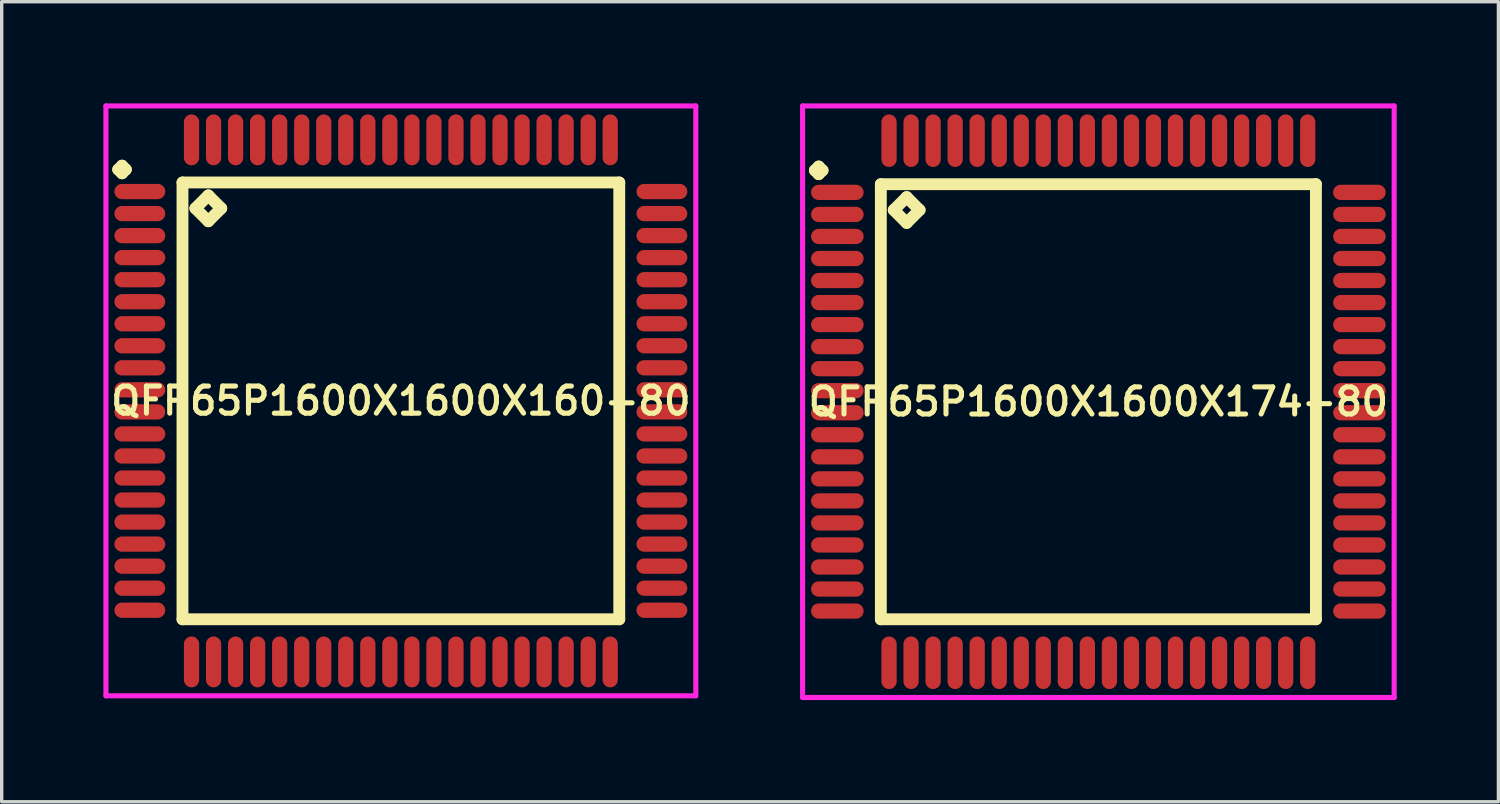
<source format=kicad_pcb>
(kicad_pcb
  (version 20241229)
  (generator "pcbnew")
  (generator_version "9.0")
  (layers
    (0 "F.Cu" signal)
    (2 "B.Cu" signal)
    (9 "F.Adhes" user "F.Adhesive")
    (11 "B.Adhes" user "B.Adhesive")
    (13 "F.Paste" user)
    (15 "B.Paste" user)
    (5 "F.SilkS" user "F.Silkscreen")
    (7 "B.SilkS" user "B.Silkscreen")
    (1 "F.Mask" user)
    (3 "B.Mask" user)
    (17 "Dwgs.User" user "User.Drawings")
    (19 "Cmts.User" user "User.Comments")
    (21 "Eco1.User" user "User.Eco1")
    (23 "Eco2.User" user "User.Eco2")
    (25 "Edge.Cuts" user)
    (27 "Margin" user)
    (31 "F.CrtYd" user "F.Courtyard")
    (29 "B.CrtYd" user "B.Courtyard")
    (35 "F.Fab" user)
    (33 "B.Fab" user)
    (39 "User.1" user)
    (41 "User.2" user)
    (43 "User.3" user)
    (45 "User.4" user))
  (footprint "QFP65P1600X1600X160-80"
    (layer "F.Cu")
    (at 8.775 8.775)
    (property "Reference" "QFP65P1600X1600X160-80" (at 0 0 0) (layer "F.SilkS") (effects (font (size 0.8 0.8) (thickness 0.15))))
    (attr smd)
    (fp_line (start -8.338 -6.825) (end -8.225 -6.938) (stroke (width 0.35) (type solid)) (layer "F.SilkS"))
    (fp_line (start -8.225 -6.938) (end -8.113 -6.825) (stroke (width 0.35) (type solid)) (layer "F.SilkS"))
    (fp_line (start -8.225 -6.713) (end -8.338 -6.825) (stroke (width 0.35) (type solid)) (layer "F.SilkS"))
    (fp_line (start -8.113 -6.825) (end -8.225 -6.713) (stroke (width 0.35) (type solid)) (layer "F.SilkS"))
    (fp_line (start -6.442 -6.442) (end -6.442 6.442) (stroke (width 0.35) (type solid)) (layer "F.SilkS"))
    (fp_line (start -6.442 6.442) (end 6.442 6.442) (stroke (width 0.35) (type solid)) (layer "F.SilkS"))
    (fp_line (start -6.061 -5.68) (end -5.68 -6.061) (stroke (width 0.35) (type solid)) (layer "F.SilkS"))
    (fp_line (start -5.68 -6.061) (end -5.299 -5.68) (stroke (width 0.35) (type solid)) (layer "F.SilkS"))
    (fp_line (start -5.68 -5.299) (end -6.061 -5.68) (stroke (width 0.35) (type solid)) (layer "F.SilkS"))
    (fp_line (start -5.299 -5.68) (end -5.68 -5.299) (stroke (width 0.35) (type solid)) (layer "F.SilkS"))
    (fp_line (start 6.442 -6.442) (end -6.442 -6.442) (stroke (width 0.35) (type solid)) (layer "F.SilkS"))
    (fp_line (start 6.442 6.442) (end 6.442 -6.442) (stroke (width 0.35) (type solid)) (layer "F.SilkS"))
    (fp_line (start -8.7 -8.7) (end 8.7 -8.7) (stroke (width 0.15) (type solid)) (layer "F.CrtYd"))
    (fp_line (start -8.7 8.7) (end -8.7 -8.7) (stroke (width 0.15) (type solid)) (layer "F.CrtYd"))
    (fp_line (start 8.7 -8.7) (end 8.7 8.7) (stroke (width 0.15) (type solid)) (layer "F.CrtYd"))
    (fp_line (start 8.7 8.7) (end -8.7 8.7) (stroke (width 0.15) (type solid)) (layer "F.CrtYd"))
    (pad "1" smd oval (at -7.7 -6.175) (size 1.5 0.45) (layers "F.Cu" "F.Mask" "F.Paste"))
    (pad "2" smd oval (at -7.7 -5.525) (size 1.5 0.45) (layers "F.Cu" "F.Mask" "F.Paste"))
    (pad "3" smd oval (at -7.7 -4.875) (size 1.5 0.45) (layers "F.Cu" "F.Mask" "F.Paste"))
    (pad "4" smd oval (at -7.7 -4.225) (size 1.5 0.45) (layers "F.Cu" "F.Mask" "F.Paste"))
    (pad "5" smd oval (at -7.7 -3.575) (size 1.5 0.45) (layers "F.Cu" "F.Mask" "F.Paste"))
    (pad "6" smd oval (at -7.7 -2.925) (size 1.5 0.45) (layers "F.Cu" "F.Mask" "F.Paste"))
    (pad "7" smd oval (at -7.7 -2.275) (size 1.5 0.45) (layers "F.Cu" "F.Mask" "F.Paste"))
    (pad "8" smd oval (at -7.7 -1.625) (size 1.5 0.45) (layers "F.Cu" "F.Mask" "F.Paste"))
    (pad "9" smd oval (at -7.7 -0.975) (size 1.5 0.45) (layers "F.Cu" "F.Mask" "F.Paste"))
    (pad "10" smd oval (at -7.7 -0.325) (size 1.5 0.45) (layers "F.Cu" "F.Mask" "F.Paste"))
    (pad "11" smd oval (at -7.7 0.325) (size 1.5 0.45) (layers "F.Cu" "F.Mask" "F.Paste"))
    (pad "12" smd oval (at -7.7 0.975) (size 1.5 0.45) (layers "F.Cu" "F.Mask" "F.Paste"))
    (pad "13" smd oval (at -7.7 1.625) (size 1.5 0.45) (layers "F.Cu" "F.Mask" "F.Paste"))
    (pad "14" smd oval (at -7.7 2.275) (size 1.5 0.45) (layers "F.Cu" "F.Mask" "F.Paste"))
    (pad "15" smd oval (at -7.7 2.925) (size 1.5 0.45) (layers "F.Cu" "F.Mask" "F.Paste"))
    (pad "16" smd oval (at -7.7 3.575) (size 1.5 0.45) (layers "F.Cu" "F.Mask" "F.Paste"))
    (pad "17" smd oval (at -7.7 4.225) (size 1.5 0.45) (layers "F.Cu" "F.Mask" "F.Paste"))
    (pad "18" smd oval (at -7.7 4.875) (size 1.5 0.45) (layers "F.Cu" "F.Mask" "F.Paste"))
    (pad "19" smd oval (at -7.7 5.525) (size 1.5 0.45) (layers "F.Cu" "F.Mask" "F.Paste"))
    (pad "20" smd oval (at -7.7 6.175) (size 1.5 0.45) (layers "F.Cu" "F.Mask" "F.Paste"))
    (pad "21" smd oval (at -6.175 7.7) (size 0.45 1.5) (layers "F.Cu" "F.Mask" "F.Paste"))
    (pad "22" smd oval (at -5.525 7.7) (size 0.45 1.5) (layers "F.Cu" "F.Mask" "F.Paste"))
    (pad "23" smd oval (at -4.875 7.7) (size 0.45 1.5) (layers "F.Cu" "F.Mask" "F.Paste"))
    (pad "24" smd oval (at -4.225 7.7) (size 0.45 1.5) (layers "F.Cu" "F.Mask" "F.Paste"))
    (pad "25" smd oval (at -3.575 7.7) (size 0.45 1.5) (layers "F.Cu" "F.Mask" "F.Paste"))
    (pad "26" smd oval (at -2.925 7.7) (size 0.45 1.5) (layers "F.Cu" "F.Mask" "F.Paste"))
    (pad "27" smd oval (at -2.275 7.7) (size 0.45 1.5) (layers "F.Cu" "F.Mask" "F.Paste"))
    (pad "28" smd oval (at -1.625 7.7) (size 0.45 1.5) (layers "F.Cu" "F.Mask" "F.Paste"))
    (pad "29" smd oval (at -0.975 7.7) (size 0.45 1.5) (layers "F.Cu" "F.Mask" "F.Paste"))
    (pad "30" smd oval (at -0.325 7.7) (size 0.45 1.5) (layers "F.Cu" "F.Mask" "F.Paste"))
    (pad "31" smd oval (at 0.325 7.7) (size 0.45 1.5) (layers "F.Cu" "F.Mask" "F.Paste"))
    (pad "32" smd oval (at 0.975 7.7) (size 0.45 1.5) (layers "F.Cu" "F.Mask" "F.Paste"))
    (pad "33" smd oval (at 1.625 7.7) (size 0.45 1.5) (layers "F.Cu" "F.Mask" "F.Paste"))
    (pad "34" smd oval (at 2.275 7.7) (size 0.45 1.5) (layers "F.Cu" "F.Mask" "F.Paste"))
    (pad "35" smd oval (at 2.925 7.7) (size 0.45 1.5) (layers "F.Cu" "F.Mask" "F.Paste"))
    (pad "36" smd oval (at 3.575 7.7) (size 0.45 1.5) (layers "F.Cu" "F.Mask" "F.Paste"))
    (pad "37" smd oval (at 4.225 7.7) (size 0.45 1.5) (layers "F.Cu" "F.Mask" "F.Paste"))
    (pad "38" smd oval (at 4.875 7.7) (size 0.45 1.5) (layers "F.Cu" "F.Mask" "F.Paste"))
    (pad "39" smd oval (at 5.525 7.7) (size 0.45 1.5) (layers "F.Cu" "F.Mask" "F.Paste"))
    (pad "40" smd oval (at 6.175 7.7) (size 0.45 1.5) (layers "F.Cu" "F.Mask" "F.Paste"))
    (pad "41" smd oval (at 7.7 6.175) (size 1.5 0.45) (layers "F.Cu" "F.Mask" "F.Paste"))
    (pad "42" smd oval (at 7.7 5.525) (size 1.5 0.45) (layers "F.Cu" "F.Mask" "F.Paste"))
    (pad "43" smd oval (at 7.7 4.875) (size 1.5 0.45) (layers "F.Cu" "F.Mask" "F.Paste"))
    (pad "44" smd oval (at 7.7 4.225) (size 1.5 0.45) (layers "F.Cu" "F.Mask" "F.Paste"))
    (pad "45" smd oval (at 7.7 3.575) (size 1.5 0.45) (layers "F.Cu" "F.Mask" "F.Paste"))
    (pad "46" smd oval (at 7.7 2.925) (size 1.5 0.45) (layers "F.Cu" "F.Mask" "F.Paste"))
    (pad "47" smd oval (at 7.7 2.275) (size 1.5 0.45) (layers "F.Cu" "F.Mask" "F.Paste"))
    (pad "48" smd oval (at 7.7 1.625) (size 1.5 0.45) (layers "F.Cu" "F.Mask" "F.Paste"))
    (pad "49" smd oval (at 7.7 0.975) (size 1.5 0.45) (layers "F.Cu" "F.Mask" "F.Paste"))
    (pad "50" smd oval (at 7.7 0.325) (size 1.5 0.45) (layers "F.Cu" "F.Mask" "F.Paste"))
    (pad "51" smd oval (at 7.7 -0.325) (size 1.5 0.45) (layers "F.Cu" "F.Mask" "F.Paste"))
    (pad "52" smd oval (at 7.7 -0.975) (size 1.5 0.45) (layers "F.Cu" "F.Mask" "F.Paste"))
    (pad "53" smd oval (at 7.7 -1.625) (size 1.5 0.45) (layers "F.Cu" "F.Mask" "F.Paste"))
    (pad "54" smd oval (at 7.7 -2.275) (size 1.5 0.45) (layers "F.Cu" "F.Mask" "F.Paste"))
    (pad "55" smd oval (at 7.7 -2.925) (size 1.5 0.45) (layers "F.Cu" "F.Mask" "F.Paste"))
    (pad "56" smd oval (at 7.7 -3.575) (size 1.5 0.45) (layers "F.Cu" "F.Mask" "F.Paste"))
    (pad "57" smd oval (at 7.7 -4.225) (size 1.5 0.45) (layers "F.Cu" "F.Mask" "F.Paste"))
    (pad "58" smd oval (at 7.7 -4.875) (size 1.5 0.45) (layers "F.Cu" "F.Mask" "F.Paste"))
    (pad "59" smd oval (at 7.7 -5.525) (size 1.5 0.45) (layers "F.Cu" "F.Mask" "F.Paste"))
    (pad "60" smd oval (at 7.7 -6.175) (size 1.5 0.45) (layers "F.Cu" "F.Mask" "F.Paste"))
    (pad "61" smd oval (at 6.175 -7.7) (size 0.45 1.5) (layers "F.Cu" "F.Mask" "F.Paste"))
    (pad "62" smd oval (at 5.525 -7.7) (size 0.45 1.5) (layers "F.Cu" "F.Mask" "F.Paste"))
    (pad "63" smd oval (at 4.875 -7.7) (size 0.45 1.5) (layers "F.Cu" "F.Mask" "F.Paste"))
    (pad "64" smd oval (at 4.225 -7.7) (size 0.45 1.5) (layers "F.Cu" "F.Mask" "F.Paste"))
    (pad "65" smd oval (at 3.575 -7.7) (size 0.45 1.5) (layers "F.Cu" "F.Mask" "F.Paste"))
    (pad "66" smd oval (at 2.925 -7.7) (size 0.45 1.5) (layers "F.Cu" "F.Mask" "F.Paste"))
    (pad "67" smd oval (at 2.275 -7.7) (size 0.45 1.5) (layers "F.Cu" "F.Mask" "F.Paste"))
    (pad "68" smd oval (at 1.625 -7.7) (size 0.45 1.5) (layers "F.Cu" "F.Mask" "F.Paste"))
    (pad "69" smd oval (at 0.975 -7.7) (size 0.45 1.5) (layers "F.Cu" "F.Mask" "F.Paste"))
    (pad "70" smd oval (at 0.325 -7.7) (size 0.45 1.5) (layers "F.Cu" "F.Mask" "F.Paste"))
    (pad "71" smd oval (at -0.325 -7.7) (size 0.45 1.5) (layers "F.Cu" "F.Mask" "F.Paste"))
    (pad "72" smd oval (at -0.975 -7.7) (size 0.45 1.5) (layers "F.Cu" "F.Mask" "F.Paste"))
    (pad "73" smd oval (at -1.625 -7.7) (size 0.45 1.5) (layers "F.Cu" "F.Mask" "F.Paste"))
    (pad "74" smd oval (at -2.275 -7.7) (size 0.45 1.5) (layers "F.Cu" "F.Mask" "F.Paste"))
    (pad "75" smd oval (at -2.925 -7.7) (size 0.45 1.5) (layers "F.Cu" "F.Mask" "F.Paste"))
    (pad "76" smd oval (at -3.575 -7.7) (size 0.45 1.5) (layers "F.Cu" "F.Mask" "F.Paste"))
    (pad "77" smd oval (at -4.225 -7.7) (size 0.45 1.5) (layers "F.Cu" "F.Mask" "F.Paste"))
    (pad "78" smd oval (at -4.875 -7.7) (size 0.45 1.5) (layers "F.Cu" "F.Mask" "F.Paste"))
    (pad "79" smd oval (at -5.525 -7.7) (size 0.45 1.5) (layers "F.Cu" "F.Mask" "F.Paste"))
    (pad "80" smd oval (at -6.175 -7.7) (size 0.45 1.5) (layers "F.Cu" "F.Mask" "F.Paste")))
  (footprint "QFP65P1600X1600X174-80"
    (layer "F.Cu")
    (at 29.35 8.8)
    (property "Reference" "QFP65P1600X1600X174-80" (at 0 0 0) (layer "F.SilkS") (effects (font (size 0.8 0.8) (thickness 0.15))))
    (attr through_hole)
    (fp_line (start -8.363 -6.825) (end -8.25 -6.938) (stroke (width 0.35) (type solid)) (layer "F.SilkS"))
    (fp_line (start -8.25 -6.938) (end -8.137 -6.825) (stroke (width 0.35) (type solid)) (layer "F.SilkS"))
    (fp_line (start -8.25 -6.713) (end -8.363 -6.825) (stroke (width 0.35) (type solid)) (layer "F.SilkS"))
    (fp_line (start -8.137 -6.825) (end -8.25 -6.713) (stroke (width 0.35) (type solid)) (layer "F.SilkS"))
    (fp_line (start -6.417 -6.417) (end -6.417 6.417) (stroke (width 0.35) (type solid)) (layer "F.SilkS"))
    (fp_line (start -6.417 6.417) (end 6.417 6.417) (stroke (width 0.35) (type solid)) (layer "F.SilkS"))
    (fp_line (start -6.036 -5.655) (end -5.655 -6.036) (stroke (width 0.35) (type solid)) (layer "F.SilkS"))
    (fp_line (start -5.655 -6.036) (end -5.274 -5.655) (stroke (width 0.35) (type solid)) (layer "F.SilkS"))
    (fp_line (start -5.655 -5.274) (end -6.036 -5.655) (stroke (width 0.35) (type solid)) (layer "F.SilkS"))
    (fp_line (start -5.274 -5.655) (end -5.655 -5.274) (stroke (width 0.35) (type solid)) (layer "F.SilkS"))
    (fp_line (start 6.417 -6.417) (end -6.417 -6.417) (stroke (width 0.35) (type solid)) (layer "F.SilkS"))
    (fp_line (start 6.417 6.417) (end 6.417 -6.417) (stroke (width 0.35) (type solid)) (layer "F.SilkS"))
    (fp_line (start -8.725 -8.725) (end 8.725 -8.725) (stroke (width 0.15) (type solid)) (layer "F.CrtYd"))
    (fp_line (start -8.725 8.725) (end -8.725 -8.725) (stroke (width 0.15) (type solid)) (layer "F.CrtYd"))
    (fp_line (start 8.725 -8.725) (end 8.725 8.725) (stroke (width 0.15) (type solid)) (layer "F.CrtYd"))
    (fp_line (start 8.725 8.725) (end -8.725 8.725) (stroke (width 0.15) (type solid)) (layer "F.CrtYd"))
    (pad "1" smd oval (at -7.7 -6.175) (size 1.55 0.45) (layers "F.Cu" "F.Mask" "F.Paste"))
    (pad "2" smd oval (at -7.7 -5.525) (size 1.55 0.45) (layers "F.Cu" "F.Mask" "F.Paste"))
    (pad "3" smd oval (at -7.7 -4.875) (size 1.55 0.45) (layers "F.Cu" "F.Mask" "F.Paste"))
    (pad "4" smd oval (at -7.7 -4.225) (size 1.55 0.45) (layers "F.Cu" "F.Mask" "F.Paste"))
    (pad "5" smd oval (at -7.7 -3.575) (size 1.55 0.45) (layers "F.Cu" "F.Mask" "F.Paste"))
    (pad "6" smd oval (at -7.7 -2.925) (size 1.55 0.45) (layers "F.Cu" "F.Mask" "F.Paste"))
    (pad "7" smd oval (at -7.7 -2.275) (size 1.55 0.45) (layers "F.Cu" "F.Mask" "F.Paste"))
    (pad "8" smd oval (at -7.7 -1.625) (size 1.55 0.45) (layers "F.Cu" "F.Mask" "F.Paste"))
    (pad "9" smd oval (at -7.7 -0.975) (size 1.55 0.45) (layers "F.Cu" "F.Mask" "F.Paste"))
    (pad "10" smd oval (at -7.7 -0.325) (size 1.55 0.45) (layers "F.Cu" "F.Mask" "F.Paste"))
    (pad "11" smd oval (at -7.7 0.325) (size 1.55 0.45) (layers "F.Cu" "F.Mask" "F.Paste"))
    (pad "12" smd oval (at -7.7 0.975) (size 1.55 0.45) (layers "F.Cu" "F.Mask" "F.Paste"))
    (pad "13" smd oval (at -7.7 1.625) (size 1.55 0.45) (layers "F.Cu" "F.Mask" "F.Paste"))
    (pad "14" smd oval (at -7.7 2.275) (size 1.55 0.45) (layers "F.Cu" "F.Mask" "F.Paste"))
    (pad "15" smd oval (at -7.7 2.925) (size 1.55 0.45) (layers "F.Cu" "F.Mask" "F.Paste"))
    (pad "16" smd oval (at -7.7 3.575) (size 1.55 0.45) (layers "F.Cu" "F.Mask" "F.Paste"))
    (pad "17" smd oval (at -7.7 4.225) (size 1.55 0.45) (layers "F.Cu" "F.Mask" "F.Paste"))
    (pad "18" smd oval (at -7.7 4.875) (size 1.55 0.45) (layers "F.Cu" "F.Mask" "F.Paste"))
    (pad "19" smd oval (at -7.7 5.525) (size 1.55 0.45) (layers "F.Cu" "F.Mask" "F.Paste"))
    (pad "20" smd oval (at -7.7 6.175) (size 1.55 0.45) (layers "F.Cu" "F.Mask" "F.Paste"))
    (pad "21" smd oval (at -6.175 7.7) (size 0.45 1.55) (layers "F.Cu" "F.Mask" "F.Paste"))
    (pad "22" smd oval (at -5.525 7.7) (size 0.45 1.55) (layers "F.Cu" "F.Mask" "F.Paste"))
    (pad "23" smd oval (at -4.875 7.7) (size 0.45 1.55) (layers "F.Cu" "F.Mask" "F.Paste"))
    (pad "24" smd oval (at -4.225 7.7) (size 0.45 1.55) (layers "F.Cu" "F.Mask" "F.Paste"))
    (pad "25" smd oval (at -3.575 7.7) (size 0.45 1.55) (layers "F.Cu" "F.Mask" "F.Paste"))
    (pad "26" smd oval (at -2.925 7.7) (size 0.45 1.55) (layers "F.Cu" "F.Mask" "F.Paste"))
    (pad "27" smd oval (at -2.275 7.7) (size 0.45 1.55) (layers "F.Cu" "F.Mask" "F.Paste"))
    (pad "28" smd oval (at -1.625 7.7) (size 0.45 1.55) (layers "F.Cu" "F.Mask" "F.Paste"))
    (pad "29" smd oval (at -0.975 7.7) (size 0.45 1.55) (layers "F.Cu" "F.Mask" "F.Paste"))
    (pad "30" smd oval (at -0.325 7.7) (size 0.45 1.55) (layers "F.Cu" "F.Mask" "F.Paste"))
    (pad "31" smd oval (at 0.325 7.7) (size 0.45 1.55) (layers "F.Cu" "F.Mask" "F.Paste"))
    (pad "32" smd oval (at 0.975 7.7) (size 0.45 1.55) (layers "F.Cu" "F.Mask" "F.Paste"))
    (pad "33" smd oval (at 1.625 7.7) (size 0.45 1.55) (layers "F.Cu" "F.Mask" "F.Paste"))
    (pad "34" smd oval (at 2.275 7.7) (size 0.45 1.55) (layers "F.Cu" "F.Mask" "F.Paste"))
    (pad "35" smd oval (at 2.925 7.7) (size 0.45 1.55) (layers "F.Cu" "F.Mask" "F.Paste"))
    (pad "36" smd oval (at 3.575 7.7) (size 0.45 1.55) (layers "F.Cu" "F.Mask" "F.Paste"))
    (pad "37" smd oval (at 4.225 7.7) (size 0.45 1.55) (layers "F.Cu" "F.Mask" "F.Paste"))
    (pad "38" smd oval (at 4.875 7.7) (size 0.45 1.55) (layers "F.Cu" "F.Mask" "F.Paste"))
    (pad "39" smd oval (at 5.525 7.7) (size 0.45 1.55) (layers "F.Cu" "F.Mask" "F.Paste"))
    (pad "40" smd oval (at 6.175 7.7) (size 0.45 1.55) (layers "F.Cu" "F.Mask" "F.Paste"))
    (pad "41" smd oval (at 7.7 6.175) (size 1.55 0.45) (layers "F.Cu" "F.Mask" "F.Paste"))
    (pad "42" smd oval (at 7.7 5.525) (size 1.55 0.45) (layers "F.Cu" "F.Mask" "F.Paste"))
    (pad "43" smd oval (at 7.7 4.875) (size 1.55 0.45) (layers "F.Cu" "F.Mask" "F.Paste"))
    (pad "44" smd oval (at 7.7 4.225) (size 1.55 0.45) (layers "F.Cu" "F.Mask" "F.Paste"))
    (pad "45" smd oval (at 7.7 3.575) (size 1.55 0.45) (layers "F.Cu" "F.Mask" "F.Paste"))
    (pad "46" smd oval (at 7.7 2.925) (size 1.55 0.45) (layers "F.Cu" "F.Mask" "F.Paste"))
    (pad "47" smd oval (at 7.7 2.275) (size 1.55 0.45) (layers "F.Cu" "F.Mask" "F.Paste"))
    (pad "48" smd oval (at 7.7 1.625) (size 1.55 0.45) (layers "F.Cu" "F.Mask" "F.Paste"))
    (pad "49" smd oval (at 7.7 0.975) (size 1.55 0.45) (layers "F.Cu" "F.Mask" "F.Paste"))
    (pad "50" smd oval (at 7.7 0.325) (size 1.55 0.45) (layers "F.Cu" "F.Mask" "F.Paste"))
    (pad "51" smd oval (at 7.7 -0.325) (size 1.55 0.45) (layers "F.Cu" "F.Mask" "F.Paste"))
    (pad "52" smd oval (at 7.7 -0.975) (size 1.55 0.45) (layers "F.Cu" "F.Mask" "F.Paste"))
    (pad "53" smd oval (at 7.7 -1.625) (size 1.55 0.45) (layers "F.Cu" "F.Mask" "F.Paste"))
    (pad "54" smd oval (at 7.7 -2.275) (size 1.55 0.45) (layers "F.Cu" "F.Mask" "F.Paste"))
    (pad "55" smd oval (at 7.7 -2.925) (size 1.55 0.45) (layers "F.Cu" "F.Mask" "F.Paste"))
    (pad "56" smd oval (at 7.7 -3.575) (size 1.55 0.45) (layers "F.Cu" "F.Mask" "F.Paste"))
    (pad "57" smd oval (at 7.7 -4.225) (size 1.55 0.45) (layers "F.Cu" "F.Mask" "F.Paste"))
    (pad "58" smd oval (at 7.7 -4.875) (size 1.55 0.45) (layers "F.Cu" "F.Mask" "F.Paste"))
    (pad "59" smd oval (at 7.7 -5.525) (size 1.55 0.45) (layers "F.Cu" "F.Mask" "F.Paste"))
    (pad "60" smd oval (at 7.7 -6.175) (size 1.55 0.45) (layers "F.Cu" "F.Mask" "F.Paste"))
    (pad "61" smd oval (at 6.175 -7.7) (size 0.45 1.55) (layers "F.Cu" "F.Mask" "F.Paste"))
    (pad "62" smd oval (at 5.525 -7.7) (size 0.45 1.55) (layers "F.Cu" "F.Mask" "F.Paste"))
    (pad "63" smd oval (at 4.875 -7.7) (size 0.45 1.55) (layers "F.Cu" "F.Mask" "F.Paste"))
    (pad "64" smd oval (at 4.225 -7.7) (size 0.45 1.55) (layers "F.Cu" "F.Mask" "F.Paste"))
    (pad "65" smd oval (at 3.575 -7.7) (size 0.45 1.55) (layers "F.Cu" "F.Mask" "F.Paste"))
    (pad "66" smd oval (at 2.925 -7.7) (size 0.45 1.55) (layers "F.Cu" "F.Mask" "F.Paste"))
    (pad "67" smd oval (at 2.275 -7.7) (size 0.45 1.55) (layers "F.Cu" "F.Mask" "F.Paste"))
    (pad "68" smd oval (at 1.625 -7.7) (size 0.45 1.55) (layers "F.Cu" "F.Mask" "F.Paste"))
    (pad "69" smd oval (at 0.975 -7.7) (size 0.45 1.55) (layers "F.Cu" "F.Mask" "F.Paste"))
    (pad "70" smd oval (at 0.325 -7.7) (size 0.45 1.55) (layers "F.Cu" "F.Mask" "F.Paste"))
    (pad "71" smd oval (at -0.325 -7.7) (size 0.45 1.55) (layers "F.Cu" "F.Mask" "F.Paste"))
    (pad "72" smd oval (at -0.975 -7.7) (size 0.45 1.55) (layers "F.Cu" "F.Mask" "F.Paste"))
    (pad "73" smd oval (at -1.625 -7.7) (size 0.45 1.55) (layers "F.Cu" "F.Mask" "F.Paste"))
    (pad "74" smd oval (at -2.275 -7.7) (size 0.45 1.55) (layers "F.Cu" "F.Mask" "F.Paste"))
    (pad "75" smd oval (at -2.925 -7.7) (size 0.45 1.55) (layers "F.Cu" "F.Mask" "F.Paste"))
    (pad "76" smd oval (at -3.575 -7.7) (size 0.45 1.55) (layers "F.Cu" "F.Mask" "F.Paste"))
    (pad "77" smd oval (at -4.225 -7.7) (size 0.45 1.55) (layers "F.Cu" "F.Mask" "F.Paste"))
    (pad "78" smd oval (at -4.875 -7.7) (size 0.45 1.55) (layers "F.Cu" "F.Mask" "F.Paste"))
    (pad "79" smd oval (at -5.525 -7.7) (size 0.45 1.55) (layers "F.Cu" "F.Mask" "F.Paste"))
    (pad "80" smd oval (at -6.175 -7.7) (size 0.45 1.55) (layers "F.Cu" "F.Mask" "F.Paste")))
  (gr_rect
    (start -3 -3)
    (end 41.15 20.6)
    (stroke (width 0.1) (type default))
    (fill no)
    (layer "Edge.Cuts")))
</source>
